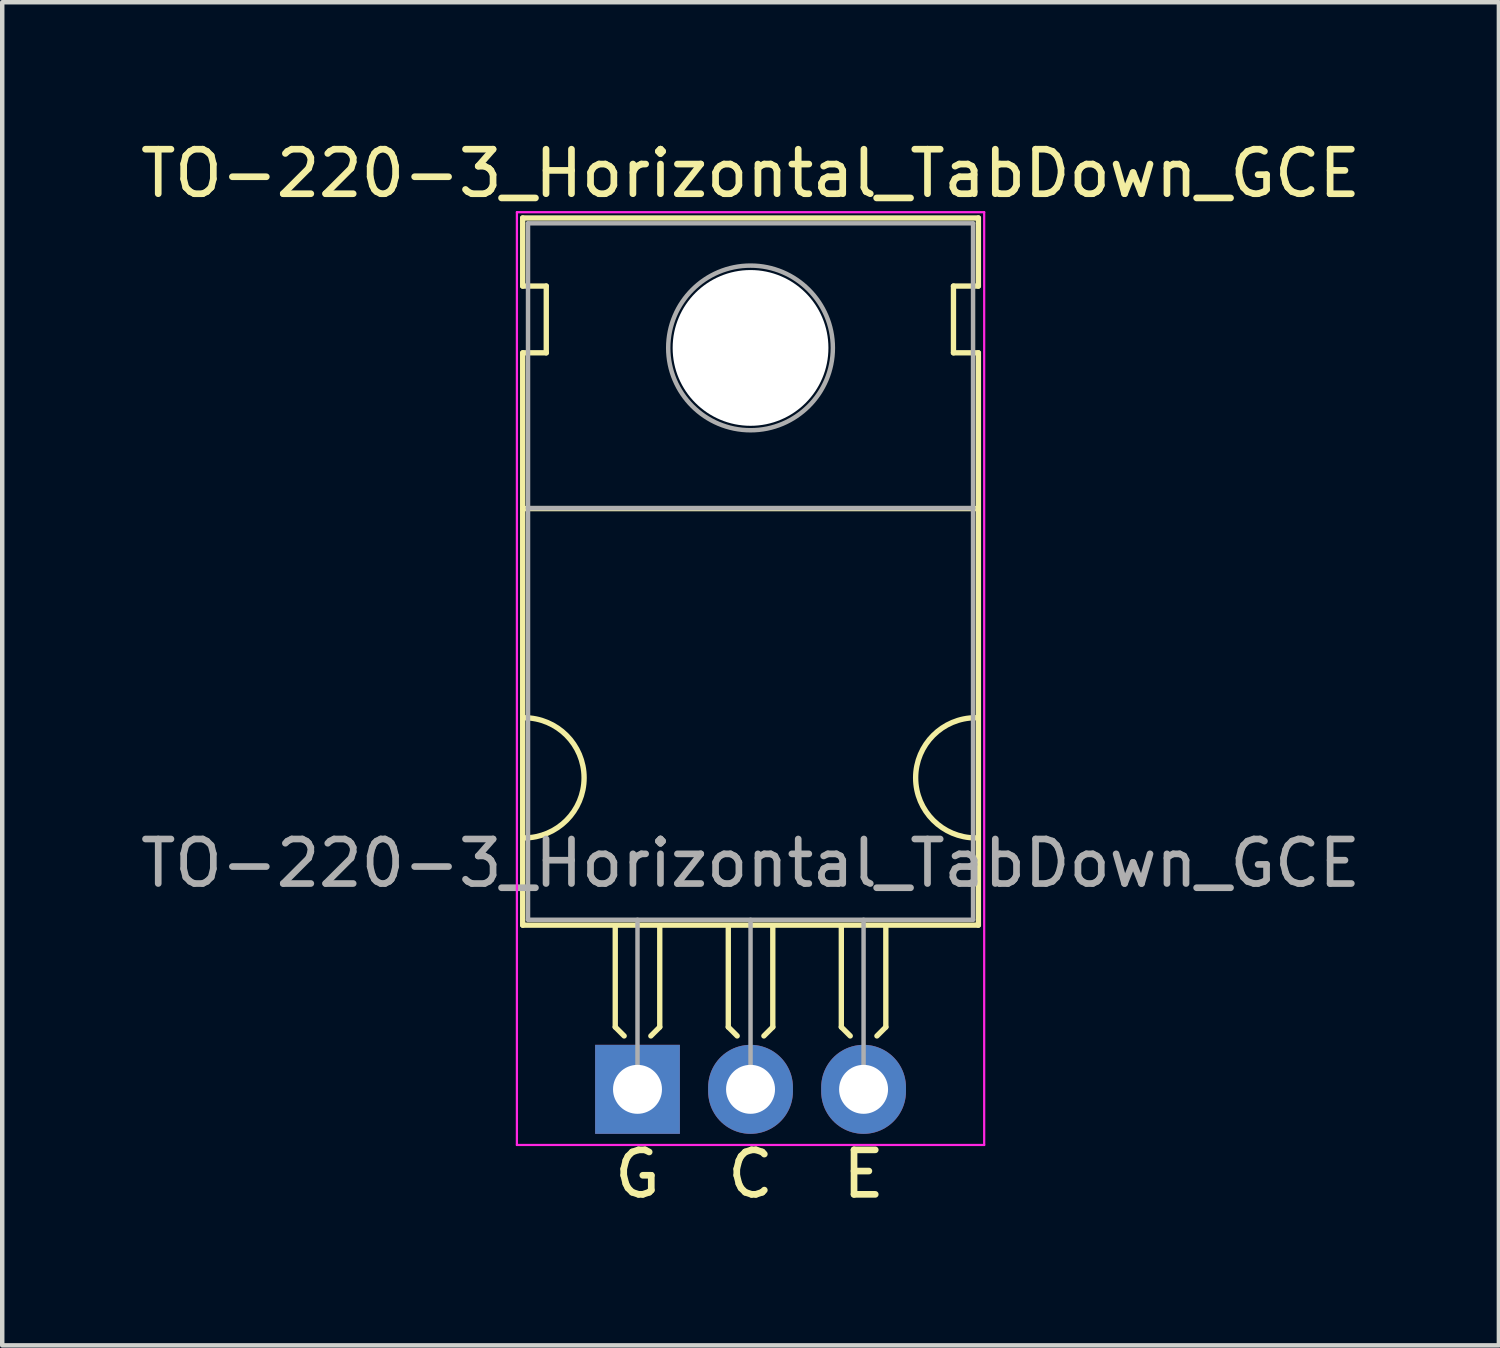
<source format=kicad_pcb>
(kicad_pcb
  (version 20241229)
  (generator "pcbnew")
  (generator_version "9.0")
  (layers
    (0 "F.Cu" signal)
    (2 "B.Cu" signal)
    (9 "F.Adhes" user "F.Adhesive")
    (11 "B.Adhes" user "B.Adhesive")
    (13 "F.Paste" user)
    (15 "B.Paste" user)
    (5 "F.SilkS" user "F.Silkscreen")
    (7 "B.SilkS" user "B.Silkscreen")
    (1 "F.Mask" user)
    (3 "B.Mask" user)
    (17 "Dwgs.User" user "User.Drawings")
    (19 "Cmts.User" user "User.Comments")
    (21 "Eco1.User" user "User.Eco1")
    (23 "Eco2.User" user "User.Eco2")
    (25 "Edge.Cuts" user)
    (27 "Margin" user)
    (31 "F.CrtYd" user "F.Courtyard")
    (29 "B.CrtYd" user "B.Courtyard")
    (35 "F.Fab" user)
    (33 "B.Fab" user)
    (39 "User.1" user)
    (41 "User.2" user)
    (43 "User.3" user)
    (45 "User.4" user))
  (footprint "TO-220-3_Horizontal_TabDown_GCE"
    (layer "F.Cu")
    (at 11.275 21.428)
    (property "Reference" "TO-220-3_Horizontal_TabDown_GCE" (at 2.54 -20.58 0) (layer "F.SilkS") (effects (font (size 1 1) (thickness 0.15))))
    (fp_line (start -2.58 -19.58) (end -2.58 -18.05) (stroke (width 0.12) (type solid)) (layer "F.SilkS"))
    (fp_line (start -2.58 -19.58) (end 7.66 -19.58) (stroke (width 0.12) (type solid)) (layer "F.SilkS"))
    (fp_line (start -2.58 -18.05) (end -2.05 -18.05) (stroke (width 0.12) (type solid)) (layer "F.SilkS"))
    (fp_line (start -2.58 -16.55) (end -2.58 -3.69) (stroke (width 0.12) (type solid)) (layer "F.SilkS"))
    (fp_line (start -2.58 -3.69) (end 7.66 -3.69) (stroke (width 0.12) (type solid)) (layer "F.SilkS"))
    (fp_line (start -2.575 -13.05) (end 7.65 -13.05) (stroke (width 0.12) (type solid)) (layer "F.SilkS"))
    (fp_line (start -2.05 -18.05) (end -2.05 -16.55) (stroke (width 0.12) (type solid)) (layer "F.SilkS"))
    (fp_line (start -2.05 -16.55) (end -2.575 -16.55) (stroke (width 0.12) (type solid)) (layer "F.SilkS"))
    (fp_line (start -0.5 -3.65) (end -0.5 -1.4) (stroke (width 0.12) (type solid)) (layer "F.SilkS"))
    (fp_line (start -0.5 -1.4) (end -0.3 -1.2) (stroke (width 0.12) (type solid)) (layer "F.SilkS"))
    (fp_line (start 0.5 -3.65) (end 0.5 -1.4) (stroke (width 0.12) (type solid)) (layer "F.SilkS"))
    (fp_line (start 0.5 -1.4) (end 0.3 -1.2) (stroke (width 0.12) (type solid)) (layer "F.SilkS"))
    (fp_line (start 2.04 -3.65) (end 2.04 -1.4) (stroke (width 0.12) (type solid)) (layer "F.SilkS"))
    (fp_line (start 2.04 -1.4) (end 2.24 -1.2) (stroke (width 0.12) (type solid)) (layer "F.SilkS"))
    (fp_line (start 3.04 -3.65) (end 3.04 -1.4) (stroke (width 0.12) (type solid)) (layer "F.SilkS"))
    (fp_line (start 3.04 -1.4) (end 2.84 -1.2) (stroke (width 0.12) (type solid)) (layer "F.SilkS"))
    (fp_line (start 4.58 -3.65) (end 4.58 -1.4) (stroke (width 0.12) (type solid)) (layer "F.SilkS"))
    (fp_line (start 4.58 -1.4) (end 4.78 -1.2) (stroke (width 0.12) (type solid)) (layer "F.SilkS"))
    (fp_line (start 5.58 -3.65) (end 5.58 -1.4) (stroke (width 0.12) (type solid)) (layer "F.SilkS"))
    (fp_line (start 5.58 -1.4) (end 5.38 -1.2) (stroke (width 0.12) (type solid)) (layer "F.SilkS"))
    (fp_line (start 7.1 -18.05) (end 7.66 -18.05) (stroke (width 0.12) (type solid)) (layer "F.SilkS"))
    (fp_line (start 7.1 -16.55) (end 7.1 -18.05) (stroke (width 0.12) (type solid)) (layer "F.SilkS"))
    (fp_line (start 7.66 -19.58) (end 7.66 -18.05) (stroke (width 0.12) (type solid)) (layer "F.SilkS"))
    (fp_line (start 7.66 -16.55) (end 7.1 -16.55) (stroke (width 0.12) (type solid)) (layer "F.SilkS"))
    (fp_line (start 7.66 -16.55) (end 7.66 -3.69) (stroke (width 0.12) (type solid)) (layer "F.SilkS"))
    (fp_arc (start -2.55 -8.35) (mid -1.2 -7) (end -2.55 -5.65) (stroke (width 0.12) (type solid)) (layer "F.SilkS"))
    (fp_arc (start 7.6 -5.65) (mid 6.25 -7) (end 7.6 -8.35) (stroke (width 0.12) (type solid)) (layer "F.SilkS"))
    (fp_line (start -2.71 -19.71) (end -2.71 1.25) (stroke (width 0.05) (type solid)) (layer "F.CrtYd"))
    (fp_line (start -2.71 1.25) (end 7.79 1.25) (stroke (width 0.05) (type solid)) (layer "F.CrtYd"))
    (fp_line (start 7.79 -19.71) (end -2.71 -19.71) (stroke (width 0.05) (type solid)) (layer "F.CrtYd"))
    (fp_line (start 7.79 1.25) (end 7.79 -19.71) (stroke (width 0.05) (type solid)) (layer "F.CrtYd"))
    (fp_line (start -2.46 -19.46) (end 7.54 -19.46) (stroke (width 0.1) (type solid)) (layer "F.Fab"))
    (fp_line (start -2.46 -13.06) (end -2.46 -19.46) (stroke (width 0.1) (type solid)) (layer "F.Fab"))
    (fp_line (start -2.46 -13.06) (end 7.54 -13.06) (stroke (width 0.1) (type solid)) (layer "F.Fab"))
    (fp_line (start -2.46 -3.81) (end -2.46 -13.06) (stroke (width 0.1) (type solid)) (layer "F.Fab"))
    (fp_line (start 0 -3.81) (end 0 0) (stroke (width 0.1) (type solid)) (layer "F.Fab"))
    (fp_line (start 2.54 -3.81) (end 2.54 0) (stroke (width 0.1) (type solid)) (layer "F.Fab"))
    (fp_line (start 5.08 -3.81) (end 5.08 0) (stroke (width 0.1) (type solid)) (layer "F.Fab"))
    (fp_line (start 7.54 -19.46) (end 7.54 -13.06) (stroke (width 0.1) (type solid)) (layer "F.Fab"))
    (fp_line (start 7.54 -13.06) (end -2.46 -13.06) (stroke (width 0.1) (type solid)) (layer "F.Fab"))
    (fp_line (start 7.54 -13.06) (end 7.54 -3.81) (stroke (width 0.1) (type solid)) (layer "F.Fab"))
    (fp_line (start 7.54 -3.81) (end -2.46 -3.81) (stroke (width 0.1) (type solid)) (layer "F.Fab"))
    (fp_circle (center 2.54 -16.66) (end 4.39 -16.66) (stroke (width 0.1) (type solid)) (fill no) (layer "F.Fab"))
    (fp_text user "E" (at 5.08 1.905 0) (unlocked yes) (layer "F.SilkS") (effects (font (size 1 1) (thickness 0.15))))
    (fp_text user "C" (at 2.54 1.905 0) (unlocked yes) (layer "F.SilkS") (effects (font (size 1 1) (thickness 0.15))))
    (fp_text user "G" (at 0 1.905 0) (unlocked yes) (layer "F.SilkS") (effects (font (size 1 1) (thickness 0.15))))
    (fp_text user "${REFERENCE}" (at 2.54 -5.08 0) (layer "F.Fab") (effects (font (size 1 1) (thickness 0.15))))
    (pad "" np_thru_hole oval (at 2.54 -16.66) (size 3.5 3.5) (drill 3.5) (layers "*.Cu" "*.Mask"))
    (pad "1" thru_hole rect (at 0 0) (size 1.905 2) (drill 1.1) (layers "*.Cu" "*.Mask"))
    (pad "2" thru_hole oval (at 2.54 0) (size 1.905 2) (drill 1.1) (layers "*.Cu" "*.Mask"))
    (pad "3" thru_hole oval (at 5.08 0) (size 1.905 2) (drill 1.1) (layers "*.Cu" "*.Mask")))
  (gr_rect
    (start -3 -3)
    (end 30.631 27.181)
    (stroke (width 0.1) (type default))
    (fill no)
    (layer "Edge.Cuts")))
</source>
